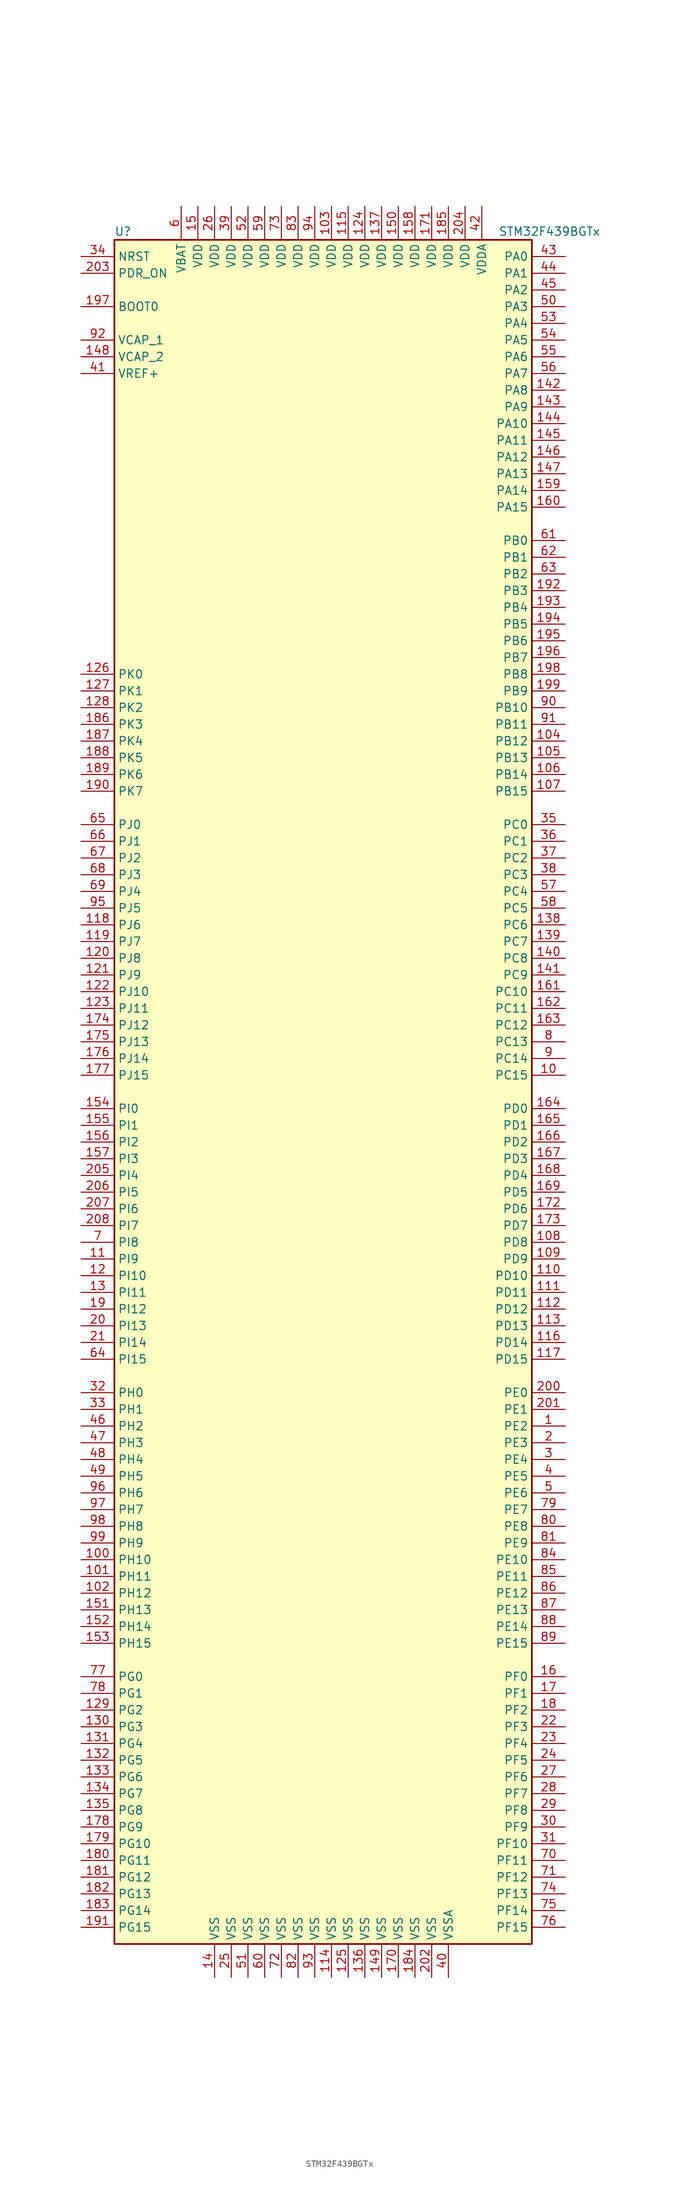
<source format=kicad_sym>
(kicad_symbol_lib
  (version 20220914)
  (generator kicad_symbol_editor)
  (symbol "STM32F439BGTx"
    (property "Reference" "U"
      (at -33.02 130.81 0)
      (effects (font (size 1.27 1.27)) (justify left)))
    (property "Value" "STM32F439BGTx"
      (at 25.4 130.81 0)
      (effects (font (size 1.27 1.27)) (justify left)))
    (symbol "STM32F439BGTx_0_1"
      (rectangle (start -33.02 -129.54) (end 30.48 129.54) (stroke (width 0.254) (type default)) (fill (type background))))
    (symbol "STM32F439BGTx_1_1"
      (pin bidirectional line (at 35.56 -50.8 180) (length 5.08) (name "PE2" (effects (font (size 1.27 1.27)))) (number "1" (effects (font (size 1.27 1.27)))))
      (pin bidirectional line (at 35.56 2.54 180) (length 5.08) (name "PC15" (effects (font (size 1.27 1.27)))) (number "10" (effects (font (size 1.27 1.27)))))
      (pin bidirectional line (at -38.1 -71.12 0) (length 5.08) (name "PH10" (effects (font (size 1.27 1.27)))) (number "100" (effects (font (size 1.27 1.27)))))
      (pin bidirectional line (at -38.1 -73.66 0) (length 5.08) (name "PH11" (effects (font (size 1.27 1.27)))) (number "101" (effects (font (size 1.27 1.27)))))
      (pin bidirectional line (at -38.1 -76.2 0) (length 5.08) (name "PH12" (effects (font (size 1.27 1.27)))) (number "102" (effects (font (size 1.27 1.27)))))
      (pin power_in line (at 0 134.62 270) (length 5.08) (name "VDD" (effects (font (size 1.27 1.27)))) (number "103" (effects (font (size 1.27 1.27)))))
      (pin bidirectional line (at 35.56 53.34 180) (length 5.08) (name "PB12" (effects (font (size 1.27 1.27)))) (number "104" (effects (font (size 1.27 1.27)))))
      (pin bidirectional line (at 35.56 50.8 180) (length 5.08) (name "PB13" (effects (font (size 1.27 1.27)))) (number "105" (effects (font (size 1.27 1.27)))))
      (pin bidirectional line (at 35.56 48.26 180) (length 5.08) (name "PB14" (effects (font (size 1.27 1.27)))) (number "106" (effects (font (size 1.27 1.27)))))
      (pin bidirectional line (at 35.56 45.72 180) (length 5.08) (name "PB15" (effects (font (size 1.27 1.27)))) (number "107" (effects (font (size 1.27 1.27)))))
      (pin bidirectional line (at 35.56 -22.86 180) (length 5.08) (name "PD8" (effects (font (size 1.27 1.27)))) (number "108" (effects (font (size 1.27 1.27)))))
      (pin bidirectional line (at 35.56 -25.4 180) (length 5.08) (name "PD9" (effects (font (size 1.27 1.27)))) (number "109" (effects (font (size 1.27 1.27)))))
      (pin bidirectional line (at -38.1 -25.4 0) (length 5.08) (name "PI9" (effects (font (size 1.27 1.27)))) (number "11" (effects (font (size 1.27 1.27)))))
      (pin bidirectional line (at 35.56 -27.94 180) (length 5.08) (name "PD10" (effects (font (size 1.27 1.27)))) (number "110" (effects (font (size 1.27 1.27)))))
      (pin bidirectional line (at 35.56 -30.48 180) (length 5.08) (name "PD11" (effects (font (size 1.27 1.27)))) (number "111" (effects (font (size 1.27 1.27)))))
      (pin bidirectional line (at 35.56 -33.02 180) (length 5.08) (name "PD12" (effects (font (size 1.27 1.27)))) (number "112" (effects (font (size 1.27 1.27)))))
      (pin bidirectional line (at 35.56 -35.56 180) (length 5.08) (name "PD13" (effects (font (size 1.27 1.27)))) (number "113" (effects (font (size 1.27 1.27)))))
      (pin power_in line (at 0 -134.62 90) (length 5.08) (name "VSS" (effects (font (size 1.27 1.27)))) (number "114" (effects (font (size 1.27 1.27)))))
      (pin power_in line (at 2.54 134.62 270) (length 5.08) (name "VDD" (effects (font (size 1.27 1.27)))) (number "115" (effects (font (size 1.27 1.27)))))
      (pin bidirectional line (at 35.56 -38.1 180) (length 5.08) (name "PD14" (effects (font (size 1.27 1.27)))) (number "116" (effects (font (size 1.27 1.27)))))
      (pin bidirectional line (at 35.56 -40.64 180) (length 5.08) (name "PD15" (effects (font (size 1.27 1.27)))) (number "117" (effects (font (size 1.27 1.27)))))
      (pin bidirectional line (at -38.1 25.4 0) (length 5.08) (name "PJ6" (effects (font (size 1.27 1.27)))) (number "118" (effects (font (size 1.27 1.27)))))
      (pin bidirectional line (at -38.1 22.86 0) (length 5.08) (name "PJ7" (effects (font (size 1.27 1.27)))) (number "119" (effects (font (size 1.27 1.27)))))
      (pin bidirectional line (at -38.1 -27.94 0) (length 5.08) (name "PI10" (effects (font (size 1.27 1.27)))) (number "12" (effects (font (size 1.27 1.27)))))
      (pin bidirectional line (at -38.1 20.32 0) (length 5.08) (name "PJ8" (effects (font (size 1.27 1.27)))) (number "120" (effects (font (size 1.27 1.27)))))
      (pin bidirectional line (at -38.1 17.78 0) (length 5.08) (name "PJ9" (effects (font (size 1.27 1.27)))) (number "121" (effects (font (size 1.27 1.27)))))
      (pin bidirectional line (at -38.1 15.24 0) (length 5.08) (name "PJ10" (effects (font (size 1.27 1.27)))) (number "122" (effects (font (size 1.27 1.27)))))
      (pin bidirectional line (at -38.1 12.7 0) (length 5.08) (name "PJ11" (effects (font (size 1.27 1.27)))) (number "123" (effects (font (size 1.27 1.27)))))
      (pin power_in line (at 5.08 134.62 270) (length 5.08) (name "VDD" (effects (font (size 1.27 1.27)))) (number "124" (effects (font (size 1.27 1.27)))))
      (pin power_in line (at 2.54 -134.62 90) (length 5.08) (name "VSS" (effects (font (size 1.27 1.27)))) (number "125" (effects (font (size 1.27 1.27)))))
      (pin bidirectional line (at -38.1 63.5 0) (length 5.08) (name "PK0" (effects (font (size 1.27 1.27)))) (number "126" (effects (font (size 1.27 1.27)))))
      (pin bidirectional line (at -38.1 60.96 0) (length 5.08) (name "PK1" (effects (font (size 1.27 1.27)))) (number "127" (effects (font (size 1.27 1.27)))))
      (pin bidirectional line (at -38.1 58.42 0) (length 5.08) (name "PK2" (effects (font (size 1.27 1.27)))) (number "128" (effects (font (size 1.27 1.27)))))
      (pin bidirectional line (at -38.1 -93.98 0) (length 5.08) (name "PG2" (effects (font (size 1.27 1.27)))) (number "129" (effects (font (size 1.27 1.27)))))
      (pin bidirectional line (at -38.1 -30.48 0) (length 5.08) (name "PI11" (effects (font (size 1.27 1.27)))) (number "13" (effects (font (size 1.27 1.27)))))
      (pin bidirectional line (at -38.1 -96.52 0) (length 5.08) (name "PG3" (effects (font (size 1.27 1.27)))) (number "130" (effects (font (size 1.27 1.27)))))
      (pin bidirectional line (at -38.1 -99.06 0) (length 5.08) (name "PG4" (effects (font (size 1.27 1.27)))) (number "131" (effects (font (size 1.27 1.27)))))
      (pin bidirectional line (at -38.1 -101.6 0) (length 5.08) (name "PG5" (effects (font (size 1.27 1.27)))) (number "132" (effects (font (size 1.27 1.27)))))
      (pin bidirectional line (at -38.1 -104.14 0) (length 5.08) (name "PG6" (effects (font (size 1.27 1.27)))) (number "133" (effects (font (size 1.27 1.27)))))
      (pin bidirectional line (at -38.1 -106.68 0) (length 5.08) (name "PG7" (effects (font (size 1.27 1.27)))) (number "134" (effects (font (size 1.27 1.27)))))
      (pin bidirectional line (at -38.1 -109.22 0) (length 5.08) (name "PG8" (effects (font (size 1.27 1.27)))) (number "135" (effects (font (size 1.27 1.27)))))
      (pin power_in line (at 5.08 -134.62 90) (length 5.08) (name "VSS" (effects (font (size 1.27 1.27)))) (number "136" (effects (font (size 1.27 1.27)))))
      (pin power_in line (at 7.62 134.62 270) (length 5.08) (name "VDD" (effects (font (size 1.27 1.27)))) (number "137" (effects (font (size 1.27 1.27)))))
      (pin bidirectional line (at 35.56 25.4 180) (length 5.08) (name "PC6" (effects (font (size 1.27 1.27)))) (number "138" (effects (font (size 1.27 1.27)))))
      (pin bidirectional line (at 35.56 22.86 180) (length 5.08) (name "PC7" (effects (font (size 1.27 1.27)))) (number "139" (effects (font (size 1.27 1.27)))))
      (pin power_in line (at -17.78 -134.62 90) (length 5.08) (name "VSS" (effects (font (size 1.27 1.27)))) (number "14" (effects (font (size 1.27 1.27)))))
      (pin bidirectional line (at 35.56 20.32 180) (length 5.08) (name "PC8" (effects (font (size 1.27 1.27)))) (number "140" (effects (font (size 1.27 1.27)))))
      (pin bidirectional line (at 35.56 17.78 180) (length 5.08) (name "PC9" (effects (font (size 1.27 1.27)))) (number "141" (effects (font (size 1.27 1.27)))))
      (pin bidirectional line (at 35.56 106.68 180) (length 5.08) (name "PA8" (effects (font (size 1.27 1.27)))) (number "142" (effects (font (size 1.27 1.27)))))
      (pin bidirectional line (at 35.56 104.14 180) (length 5.08) (name "PA9" (effects (font (size 1.27 1.27)))) (number "143" (effects (font (size 1.27 1.27)))))
      (pin bidirectional line (at 35.56 101.6 180) (length 5.08) (name "PA10" (effects (font (size 1.27 1.27)))) (number "144" (effects (font (size 1.27 1.27)))))
      (pin bidirectional line (at 35.56 99.06 180) (length 5.08) (name "PA11" (effects (font (size 1.27 1.27)))) (number "145" (effects (font (size 1.27 1.27)))))
      (pin bidirectional line (at 35.56 96.52 180) (length 5.08) (name "PA12" (effects (font (size 1.27 1.27)))) (number "146" (effects (font (size 1.27 1.27)))))
      (pin bidirectional line (at 35.56 93.98 180) (length 5.08) (name "PA13" (effects (font (size 1.27 1.27)))) (number "147" (effects (font (size 1.27 1.27)))))
      (pin power_in line (at -38.1 111.76 0) (length 5.08) (name "VCAP_2" (effects (font (size 1.27 1.27)))) (number "148" (effects (font (size 1.27 1.27)))))
      (pin power_in line (at 7.62 -134.62 90) (length 5.08) (name "VSS" (effects (font (size 1.27 1.27)))) (number "149" (effects (font (size 1.27 1.27)))))
      (pin power_in line (at -20.32 134.62 270) (length 5.08) (name "VDD" (effects (font (size 1.27 1.27)))) (number "15" (effects (font (size 1.27 1.27)))))
      (pin power_in line (at 10.16 134.62 270) (length 5.08) (name "VDD" (effects (font (size 1.27 1.27)))) (number "150" (effects (font (size 1.27 1.27)))))
      (pin bidirectional line (at -38.1 -78.74 0) (length 5.08) (name "PH13" (effects (font (size 1.27 1.27)))) (number "151" (effects (font (size 1.27 1.27)))))
      (pin bidirectional line (at -38.1 -81.28 0) (length 5.08) (name "PH14" (effects (font (size 1.27 1.27)))) (number "152" (effects (font (size 1.27 1.27)))))
      (pin bidirectional line (at -38.1 -83.82 0) (length 5.08) (name "PH15" (effects (font (size 1.27 1.27)))) (number "153" (effects (font (size 1.27 1.27)))))
      (pin bidirectional line (at -38.1 -2.54 0) (length 5.08) (name "PI0" (effects (font (size 1.27 1.27)))) (number "154" (effects (font (size 1.27 1.27)))))
      (pin bidirectional line (at -38.1 -5.08 0) (length 5.08) (name "PI1" (effects (font (size 1.27 1.27)))) (number "155" (effects (font (size 1.27 1.27)))))
      (pin bidirectional line (at -38.1 -7.62 0) (length 5.08) (name "PI2" (effects (font (size 1.27 1.27)))) (number "156" (effects (font (size 1.27 1.27)))))
      (pin bidirectional line (at -38.1 -10.16 0) (length 5.08) (name "PI3" (effects (font (size 1.27 1.27)))) (number "157" (effects (font (size 1.27 1.27)))))
      (pin power_in line (at 12.7 134.62 270) (length 5.08) (name "VDD" (effects (font (size 1.27 1.27)))) (number "158" (effects (font (size 1.27 1.27)))))
      (pin bidirectional line (at 35.56 91.44 180) (length 5.08) (name "PA14" (effects (font (size 1.27 1.27)))) (number "159" (effects (font (size 1.27 1.27)))))
      (pin bidirectional line (at 35.56 -88.9 180) (length 5.08) (name "PF0" (effects (font (size 1.27 1.27)))) (number "16" (effects (font (size 1.27 1.27)))))
      (pin bidirectional line (at 35.56 88.9 180) (length 5.08) (name "PA15" (effects (font (size 1.27 1.27)))) (number "160" (effects (font (size 1.27 1.27)))))
      (pin bidirectional line (at 35.56 15.24 180) (length 5.08) (name "PC10" (effects (font (size 1.27 1.27)))) (number "161" (effects (font (size 1.27 1.27)))))
      (pin bidirectional line (at 35.56 12.7 180) (length 5.08) (name "PC11" (effects (font (size 1.27 1.27)))) (number "162" (effects (font (size 1.27 1.27)))))
      (pin bidirectional line (at 35.56 10.16 180) (length 5.08) (name "PC12" (effects (font (size 1.27 1.27)))) (number "163" (effects (font (size 1.27 1.27)))))
      (pin bidirectional line (at 35.56 -2.54 180) (length 5.08) (name "PD0" (effects (font (size 1.27 1.27)))) (number "164" (effects (font (size 1.27 1.27)))))
      (pin bidirectional line (at 35.56 -5.08 180) (length 5.08) (name "PD1" (effects (font (size 1.27 1.27)))) (number "165" (effects (font (size 1.27 1.27)))))
      (pin bidirectional line (at 35.56 -7.62 180) (length 5.08) (name "PD2" (effects (font (size 1.27 1.27)))) (number "166" (effects (font (size 1.27 1.27)))))
      (pin bidirectional line (at 35.56 -10.16 180) (length 5.08) (name "PD3" (effects (font (size 1.27 1.27)))) (number "167" (effects (font (size 1.27 1.27)))))
      (pin bidirectional line (at 35.56 -12.7 180) (length 5.08) (name "PD4" (effects (font (size 1.27 1.27)))) (number "168" (effects (font (size 1.27 1.27)))))
      (pin bidirectional line (at 35.56 -15.24 180) (length 5.08) (name "PD5" (effects (font (size 1.27 1.27)))) (number "169" (effects (font (size 1.27 1.27)))))
      (pin bidirectional line (at 35.56 -91.44 180) (length 5.08) (name "PF1" (effects (font (size 1.27 1.27)))) (number "17" (effects (font (size 1.27 1.27)))))
      (pin power_in line (at 10.16 -134.62 90) (length 5.08) (name "VSS" (effects (font (size 1.27 1.27)))) (number "170" (effects (font (size 1.27 1.27)))))
      (pin power_in line (at 15.24 134.62 270) (length 5.08) (name "VDD" (effects (font (size 1.27 1.27)))) (number "171" (effects (font (size 1.27 1.27)))))
      (pin bidirectional line (at 35.56 -17.78 180) (length 5.08) (name "PD6" (effects (font (size 1.27 1.27)))) (number "172" (effects (font (size 1.27 1.27)))))
      (pin bidirectional line (at 35.56 -20.32 180) (length 5.08) (name "PD7" (effects (font (size 1.27 1.27)))) (number "173" (effects (font (size 1.27 1.27)))))
      (pin bidirectional line (at -38.1 10.16 0) (length 5.08) (name "PJ12" (effects (font (size 1.27 1.27)))) (number "174" (effects (font (size 1.27 1.27)))))
      (pin bidirectional line (at -38.1 7.62 0) (length 5.08) (name "PJ13" (effects (font (size 1.27 1.27)))) (number "175" (effects (font (size 1.27 1.27)))))
      (pin bidirectional line (at -38.1 5.08 0) (length 5.08) (name "PJ14" (effects (font (size 1.27 1.27)))) (number "176" (effects (font (size 1.27 1.27)))))
      (pin bidirectional line (at -38.1 2.54 0) (length 5.08) (name "PJ15" (effects (font (size 1.27 1.27)))) (number "177" (effects (font (size 1.27 1.27)))))
      (pin bidirectional line (at -38.1 -111.76 0) (length 5.08) (name "PG9" (effects (font (size 1.27 1.27)))) (number "178" (effects (font (size 1.27 1.27)))))
      (pin bidirectional line (at -38.1 -114.3 0) (length 5.08) (name "PG10" (effects (font (size 1.27 1.27)))) (number "179" (effects (font (size 1.27 1.27)))))
      (pin bidirectional line (at 35.56 -93.98 180) (length 5.08) (name "PF2" (effects (font (size 1.27 1.27)))) (number "18" (effects (font (size 1.27 1.27)))))
      (pin bidirectional line (at -38.1 -116.84 0) (length 5.08) (name "PG11" (effects (font (size 1.27 1.27)))) (number "180" (effects (font (size 1.27 1.27)))))
      (pin bidirectional line (at -38.1 -119.38 0) (length 5.08) (name "PG12" (effects (font (size 1.27 1.27)))) (number "181" (effects (font (size 1.27 1.27)))))
      (pin bidirectional line (at -38.1 -121.92 0) (length 5.08) (name "PG13" (effects (font (size 1.27 1.27)))) (number "182" (effects (font (size 1.27 1.27)))))
      (pin bidirectional line (at -38.1 -124.46 0) (length 5.08) (name "PG14" (effects (font (size 1.27 1.27)))) (number "183" (effects (font (size 1.27 1.27)))))
      (pin power_in line (at 12.7 -134.62 90) (length 5.08) (name "VSS" (effects (font (size 1.27 1.27)))) (number "184" (effects (font (size 1.27 1.27)))))
      (pin power_in line (at 17.78 134.62 270) (length 5.08) (name "VDD" (effects (font (size 1.27 1.27)))) (number "185" (effects (font (size 1.27 1.27)))))
      (pin bidirectional line (at -38.1 55.88 0) (length 5.08) (name "PK3" (effects (font (size 1.27 1.27)))) (number "186" (effects (font (size 1.27 1.27)))))
      (pin bidirectional line (at -38.1 53.34 0) (length 5.08) (name "PK4" (effects (font (size 1.27 1.27)))) (number "187" (effects (font (size 1.27 1.27)))))
      (pin bidirectional line (at -38.1 50.8 0) (length 5.08) (name "PK5" (effects (font (size 1.27 1.27)))) (number "188" (effects (font (size 1.27 1.27)))))
      (pin bidirectional line (at -38.1 48.26 0) (length 5.08) (name "PK6" (effects (font (size 1.27 1.27)))) (number "189" (effects (font (size 1.27 1.27)))))
      (pin bidirectional line (at -38.1 -33.02 0) (length 5.08) (name "PI12" (effects (font (size 1.27 1.27)))) (number "19" (effects (font (size 1.27 1.27)))))
      (pin bidirectional line (at -38.1 45.72 0) (length 5.08) (name "PK7" (effects (font (size 1.27 1.27)))) (number "190" (effects (font (size 1.27 1.27)))))
      (pin bidirectional line (at -38.1 -127 0) (length 5.08) (name "PG15" (effects (font (size 1.27 1.27)))) (number "191" (effects (font (size 1.27 1.27)))))
      (pin bidirectional line (at 35.56 76.2 180) (length 5.08) (name "PB3" (effects (font (size 1.27 1.27)))) (number "192" (effects (font (size 1.27 1.27)))))
      (pin bidirectional line (at 35.56 73.66 180) (length 5.08) (name "PB4" (effects (font (size 1.27 1.27)))) (number "193" (effects (font (size 1.27 1.27)))))
      (pin bidirectional line (at 35.56 71.12 180) (length 5.08) (name "PB5" (effects (font (size 1.27 1.27)))) (number "194" (effects (font (size 1.27 1.27)))))
      (pin bidirectional line (at 35.56 68.58 180) (length 5.08) (name "PB6" (effects (font (size 1.27 1.27)))) (number "195" (effects (font (size 1.27 1.27)))))
      (pin bidirectional line (at 35.56 66.04 180) (length 5.08) (name "PB7" (effects (font (size 1.27 1.27)))) (number "196" (effects (font (size 1.27 1.27)))))
      (pin input line (at -38.1 119.38 0) (length 5.08) (name "BOOT0" (effects (font (size 1.27 1.27)))) (number "197" (effects (font (size 1.27 1.27)))))
      (pin bidirectional line (at 35.56 63.5 180) (length 5.08) (name "PB8" (effects (font (size 1.27 1.27)))) (number "198" (effects (font (size 1.27 1.27)))))
      (pin bidirectional line (at 35.56 60.96 180) (length 5.08) (name "PB9" (effects (font (size 1.27 1.27)))) (number "199" (effects (font (size 1.27 1.27)))))
      (pin bidirectional line (at 35.56 -53.34 180) (length 5.08) (name "PE3" (effects (font (size 1.27 1.27)))) (number "2" (effects (font (size 1.27 1.27)))))
      (pin bidirectional line (at -38.1 -35.56 0) (length 5.08) (name "PI13" (effects (font (size 1.27 1.27)))) (number "20" (effects (font (size 1.27 1.27)))))
      (pin bidirectional line (at 35.56 -45.72 180) (length 5.08) (name "PE0" (effects (font (size 1.27 1.27)))) (number "200" (effects (font (size 1.27 1.27)))))
      (pin bidirectional line (at 35.56 -48.26 180) (length 5.08) (name "PE1" (effects (font (size 1.27 1.27)))) (number "201" (effects (font (size 1.27 1.27)))))
      (pin power_in line (at 15.24 -134.62 90) (length 5.08) (name "VSS" (effects (font (size 1.27 1.27)))) (number "202" (effects (font (size 1.27 1.27)))))
      (pin input line (at -38.1 124.46 0) (length 5.08) (name "PDR_ON" (effects (font (size 1.27 1.27)))) (number "203" (effects (font (size 1.27 1.27)))))
      (pin power_in line (at 20.32 134.62 270) (length 5.08) (name "VDD" (effects (font (size 1.27 1.27)))) (number "204" (effects (font (size 1.27 1.27)))))
      (pin bidirectional line (at -38.1 -12.7 0) (length 5.08) (name "PI4" (effects (font (size 1.27 1.27)))) (number "205" (effects (font (size 1.27 1.27)))))
      (pin bidirectional line (at -38.1 -15.24 0) (length 5.08) (name "PI5" (effects (font (size 1.27 1.27)))) (number "206" (effects (font (size 1.27 1.27)))))
      (pin bidirectional line (at -38.1 -17.78 0) (length 5.08) (name "PI6" (effects (font (size 1.27 1.27)))) (number "207" (effects (font (size 1.27 1.27)))))
      (pin bidirectional line (at -38.1 -20.32 0) (length 5.08) (name "PI7" (effects (font (size 1.27 1.27)))) (number "208" (effects (font (size 1.27 1.27)))))
      (pin bidirectional line (at -38.1 -38.1 0) (length 5.08) (name "PI14" (effects (font (size 1.27 1.27)))) (number "21" (effects (font (size 1.27 1.27)))))
      (pin bidirectional line (at 35.56 -96.52 180) (length 5.08) (name "PF3" (effects (font (size 1.27 1.27)))) (number "22" (effects (font (size 1.27 1.27)))))
      (pin bidirectional line (at 35.56 -99.06 180) (length 5.08) (name "PF4" (effects (font (size 1.27 1.27)))) (number "23" (effects (font (size 1.27 1.27)))))
      (pin bidirectional line (at 35.56 -101.6 180) (length 5.08) (name "PF5" (effects (font (size 1.27 1.27)))) (number "24" (effects (font (size 1.27 1.27)))))
      (pin power_in line (at -15.24 -134.62 90) (length 5.08) (name "VSS" (effects (font (size 1.27 1.27)))) (number "25" (effects (font (size 1.27 1.27)))))
      (pin power_in line (at -17.78 134.62 270) (length 5.08) (name "VDD" (effects (font (size 1.27 1.27)))) (number "26" (effects (font (size 1.27 1.27)))))
      (pin bidirectional line (at 35.56 -104.14 180) (length 5.08) (name "PF6" (effects (font (size 1.27 1.27)))) (number "27" (effects (font (size 1.27 1.27)))))
      (pin bidirectional line (at 35.56 -106.68 180) (length 5.08) (name "PF7" (effects (font (size 1.27 1.27)))) (number "28" (effects (font (size 1.27 1.27)))))
      (pin bidirectional line (at 35.56 -109.22 180) (length 5.08) (name "PF8" (effects (font (size 1.27 1.27)))) (number "29" (effects (font (size 1.27 1.27)))))
      (pin bidirectional line (at 35.56 -55.88 180) (length 5.08) (name "PE4" (effects (font (size 1.27 1.27)))) (number "3" (effects (font (size 1.27 1.27)))))
      (pin bidirectional line (at 35.56 -111.76 180) (length 5.08) (name "PF9" (effects (font (size 1.27 1.27)))) (number "30" (effects (font (size 1.27 1.27)))))
      (pin bidirectional line (at 35.56 -114.3 180) (length 5.08) (name "PF10" (effects (font (size 1.27 1.27)))) (number "31" (effects (font (size 1.27 1.27)))))
      (pin input line (at -38.1 -45.72 0) (length 5.08) (name "PH0" (effects (font (size 1.27 1.27)))) (number "32" (effects (font (size 1.27 1.27)))))
      (pin input line (at -38.1 -48.26 0) (length 5.08) (name "PH1" (effects (font (size 1.27 1.27)))) (number "33" (effects (font (size 1.27 1.27)))))
      (pin input line (at -38.1 127 0) (length 5.08) (name "NRST" (effects (font (size 1.27 1.27)))) (number "34" (effects (font (size 1.27 1.27)))))
      (pin bidirectional line (at 35.56 40.64 180) (length 5.08) (name "PC0" (effects (font (size 1.27 1.27)))) (number "35" (effects (font (size 1.27 1.27)))))
      (pin bidirectional line (at 35.56 38.1 180) (length 5.08) (name "PC1" (effects (font (size 1.27 1.27)))) (number "36" (effects (font (size 1.27 1.27)))))
      (pin bidirectional line (at 35.56 35.56 180) (length 5.08) (name "PC2" (effects (font (size 1.27 1.27)))) (number "37" (effects (font (size 1.27 1.27)))))
      (pin bidirectional line (at 35.56 33.02 180) (length 5.08) (name "PC3" (effects (font (size 1.27 1.27)))) (number "38" (effects (font (size 1.27 1.27)))))
      (pin power_in line (at -15.24 134.62 270) (length 5.08) (name "VDD" (effects (font (size 1.27 1.27)))) (number "39" (effects (font (size 1.27 1.27)))))
      (pin bidirectional line (at 35.56 -58.42 180) (length 5.08) (name "PE5" (effects (font (size 1.27 1.27)))) (number "4" (effects (font (size 1.27 1.27)))))
      (pin power_in line (at 17.78 -134.62 90) (length 5.08) (name "VSSA" (effects (font (size 1.27 1.27)))) (number "40" (effects (font (size 1.27 1.27)))))
      (pin power_in line (at -38.1 109.22 0) (length 5.08) (name "VREF+" (effects (font (size 1.27 1.27)))) (number "41" (effects (font (size 1.27 1.27)))))
      (pin power_in line (at 22.86 134.62 270) (length 5.08) (name "VDDA" (effects (font (size 1.27 1.27)))) (number "42" (effects (font (size 1.27 1.27)))))
      (pin bidirectional line (at 35.56 127 180) (length 5.08) (name "PA0" (effects (font (size 1.27 1.27)))) (number "43" (effects (font (size 1.27 1.27)))))
      (pin bidirectional line (at 35.56 124.46 180) (length 5.08) (name "PA1" (effects (font (size 1.27 1.27)))) (number "44" (effects (font (size 1.27 1.27)))))
      (pin bidirectional line (at 35.56 121.92 180) (length 5.08) (name "PA2" (effects (font (size 1.27 1.27)))) (number "45" (effects (font (size 1.27 1.27)))))
      (pin bidirectional line (at -38.1 -50.8 0) (length 5.08) (name "PH2" (effects (font (size 1.27 1.27)))) (number "46" (effects (font (size 1.27 1.27)))))
      (pin bidirectional line (at -38.1 -53.34 0) (length 5.08) (name "PH3" (effects (font (size 1.27 1.27)))) (number "47" (effects (font (size 1.27 1.27)))))
      (pin bidirectional line (at -38.1 -55.88 0) (length 5.08) (name "PH4" (effects (font (size 1.27 1.27)))) (number "48" (effects (font (size 1.27 1.27)))))
      (pin bidirectional line (at -38.1 -58.42 0) (length 5.08) (name "PH5" (effects (font (size 1.27 1.27)))) (number "49" (effects (font (size 1.27 1.27)))))
      (pin bidirectional line (at 35.56 -60.96 180) (length 5.08) (name "PE6" (effects (font (size 1.27 1.27)))) (number "5" (effects (font (size 1.27 1.27)))))
      (pin bidirectional line (at 35.56 119.38 180) (length 5.08) (name "PA3" (effects (font (size 1.27 1.27)))) (number "50" (effects (font (size 1.27 1.27)))))
      (pin power_in line (at -12.7 -134.62 90) (length 5.08) (name "VSS" (effects (font (size 1.27 1.27)))) (number "51" (effects (font (size 1.27 1.27)))))
      (pin power_in line (at -12.7 134.62 270) (length 5.08) (name "VDD" (effects (font (size 1.27 1.27)))) (number "52" (effects (font (size 1.27 1.27)))))
      (pin bidirectional line (at 35.56 116.84 180) (length 5.08) (name "PA4" (effects (font (size 1.27 1.27)))) (number "53" (effects (font (size 1.27 1.27)))))
      (pin bidirectional line (at 35.56 114.3 180) (length 5.08) (name "PA5" (effects (font (size 1.27 1.27)))) (number "54" (effects (font (size 1.27 1.27)))))
      (pin bidirectional line (at 35.56 111.76 180) (length 5.08) (name "PA6" (effects (font (size 1.27 1.27)))) (number "55" (effects (font (size 1.27 1.27)))))
      (pin bidirectional line (at 35.56 109.22 180) (length 5.08) (name "PA7" (effects (font (size 1.27 1.27)))) (number "56" (effects (font (size 1.27 1.27)))))
      (pin bidirectional line (at 35.56 30.48 180) (length 5.08) (name "PC4" (effects (font (size 1.27 1.27)))) (number "57" (effects (font (size 1.27 1.27)))))
      (pin bidirectional line (at 35.56 27.94 180) (length 5.08) (name "PC5" (effects (font (size 1.27 1.27)))) (number "58" (effects (font (size 1.27 1.27)))))
      (pin power_in line (at -10.16 134.62 270) (length 5.08) (name "VDD" (effects (font (size 1.27 1.27)))) (number "59" (effects (font (size 1.27 1.27)))))
      (pin power_in line (at -22.86 134.62 270) (length 5.08) (name "VBAT" (effects (font (size 1.27 1.27)))) (number "6" (effects (font (size 1.27 1.27)))))
      (pin power_in line (at -10.16 -134.62 90) (length 5.08) (name "VSS" (effects (font (size 1.27 1.27)))) (number "60" (effects (font (size 1.27 1.27)))))
      (pin bidirectional line (at 35.56 83.82 180) (length 5.08) (name "PB0" (effects (font (size 1.27 1.27)))) (number "61" (effects (font (size 1.27 1.27)))))
      (pin bidirectional line (at 35.56 81.28 180) (length 5.08) (name "PB1" (effects (font (size 1.27 1.27)))) (number "62" (effects (font (size 1.27 1.27)))))
      (pin bidirectional line (at 35.56 78.74 180) (length 5.08) (name "PB2" (effects (font (size 1.27 1.27)))) (number "63" (effects (font (size 1.27 1.27)))))
      (pin bidirectional line (at -38.1 -40.64 0) (length 5.08) (name "PI15" (effects (font (size 1.27 1.27)))) (number "64" (effects (font (size 1.27 1.27)))))
      (pin bidirectional line (at -38.1 40.64 0) (length 5.08) (name "PJ0" (effects (font (size 1.27 1.27)))) (number "65" (effects (font (size 1.27 1.27)))))
      (pin bidirectional line (at -38.1 38.1 0) (length 5.08) (name "PJ1" (effects (font (size 1.27 1.27)))) (number "66" (effects (font (size 1.27 1.27)))))
      (pin bidirectional line (at -38.1 35.56 0) (length 5.08) (name "PJ2" (effects (font (size 1.27 1.27)))) (number "67" (effects (font (size 1.27 1.27)))))
      (pin bidirectional line (at -38.1 33.02 0) (length 5.08) (name "PJ3" (effects (font (size 1.27 1.27)))) (number "68" (effects (font (size 1.27 1.27)))))
      (pin bidirectional line (at -38.1 30.48 0) (length 5.08) (name "PJ4" (effects (font (size 1.27 1.27)))) (number "69" (effects (font (size 1.27 1.27)))))
      (pin bidirectional line (at -38.1 -22.86 0) (length 5.08) (name "PI8" (effects (font (size 1.27 1.27)))) (number "7" (effects (font (size 1.27 1.27)))))
      (pin bidirectional line (at 35.56 -116.84 180) (length 5.08) (name "PF11" (effects (font (size 1.27 1.27)))) (number "70" (effects (font (size 1.27 1.27)))))
      (pin bidirectional line (at 35.56 -119.38 180) (length 5.08) (name "PF12" (effects (font (size 1.27 1.27)))) (number "71" (effects (font (size 1.27 1.27)))))
      (pin power_in line (at -7.62 -134.62 90) (length 5.08) (name "VSS" (effects (font (size 1.27 1.27)))) (number "72" (effects (font (size 1.27 1.27)))))
      (pin power_in line (at -7.62 134.62 270) (length 5.08) (name "VDD" (effects (font (size 1.27 1.27)))) (number "73" (effects (font (size 1.27 1.27)))))
      (pin bidirectional line (at 35.56 -121.92 180) (length 5.08) (name "PF13" (effects (font (size 1.27 1.27)))) (number "74" (effects (font (size 1.27 1.27)))))
      (pin bidirectional line (at 35.56 -124.46 180) (length 5.08) (name "PF14" (effects (font (size 1.27 1.27)))) (number "75" (effects (font (size 1.27 1.27)))))
      (pin bidirectional line (at 35.56 -127 180) (length 5.08) (name "PF15" (effects (font (size 1.27 1.27)))) (number "76" (effects (font (size 1.27 1.27)))))
      (pin bidirectional line (at -38.1 -88.9 0) (length 5.08) (name "PG0" (effects (font (size 1.27 1.27)))) (number "77" (effects (font (size 1.27 1.27)))))
      (pin bidirectional line (at -38.1 -91.44 0) (length 5.08) (name "PG1" (effects (font (size 1.27 1.27)))) (number "78" (effects (font (size 1.27 1.27)))))
      (pin bidirectional line (at 35.56 -63.5 180) (length 5.08) (name "PE7" (effects (font (size 1.27 1.27)))) (number "79" (effects (font (size 1.27 1.27)))))
      (pin bidirectional line (at 35.56 7.62 180) (length 5.08) (name "PC13" (effects (font (size 1.27 1.27)))) (number "8" (effects (font (size 1.27 1.27)))))
      (pin bidirectional line (at 35.56 -66.04 180) (length 5.08) (name "PE8" (effects (font (size 1.27 1.27)))) (number "80" (effects (font (size 1.27 1.27)))))
      (pin bidirectional line (at 35.56 -68.58 180) (length 5.08) (name "PE9" (effects (font (size 1.27 1.27)))) (number "81" (effects (font (size 1.27 1.27)))))
      (pin power_in line (at -5.08 -134.62 90) (length 5.08) (name "VSS" (effects (font (size 1.27 1.27)))) (number "82" (effects (font (size 1.27 1.27)))))
      (pin power_in line (at -5.08 134.62 270) (length 5.08) (name "VDD" (effects (font (size 1.27 1.27)))) (number "83" (effects (font (size 1.27 1.27)))))
      (pin bidirectional line (at 35.56 -71.12 180) (length 5.08) (name "PE10" (effects (font (size 1.27 1.27)))) (number "84" (effects (font (size 1.27 1.27)))))
      (pin bidirectional line (at 35.56 -73.66 180) (length 5.08) (name "PE11" (effects (font (size 1.27 1.27)))) (number "85" (effects (font (size 1.27 1.27)))))
      (pin bidirectional line (at 35.56 -76.2 180) (length 5.08) (name "PE12" (effects (font (size 1.27 1.27)))) (number "86" (effects (font (size 1.27 1.27)))))
      (pin bidirectional line (at 35.56 -78.74 180) (length 5.08) (name "PE13" (effects (font (size 1.27 1.27)))) (number "87" (effects (font (size 1.27 1.27)))))
      (pin bidirectional line (at 35.56 -81.28 180) (length 5.08) (name "PE14" (effects (font (size 1.27 1.27)))) (number "88" (effects (font (size 1.27 1.27)))))
      (pin bidirectional line (at 35.56 -83.82 180) (length 5.08) (name "PE15" (effects (font (size 1.27 1.27)))) (number "89" (effects (font (size 1.27 1.27)))))
      (pin bidirectional line (at 35.56 5.08 180) (length 5.08) (name "PC14" (effects (font (size 1.27 1.27)))) (number "9" (effects (font (size 1.27 1.27)))))
      (pin bidirectional line (at 35.56 58.42 180) (length 5.08) (name "PB10" (effects (font (size 1.27 1.27)))) (number "90" (effects (font (size 1.27 1.27)))))
      (pin bidirectional line (at 35.56 55.88 180) (length 5.08) (name "PB11" (effects (font (size 1.27 1.27)))) (number "91" (effects (font (size 1.27 1.27)))))
      (pin power_in line (at -38.1 114.3 0) (length 5.08) (name "VCAP_1" (effects (font (size 1.27 1.27)))) (number "92" (effects (font (size 1.27 1.27)))))
      (pin power_in line (at -2.54 -134.62 90) (length 5.08) (name "VSS" (effects (font (size 1.27 1.27)))) (number "93" (effects (font (size 1.27 1.27)))))
      (pin power_in line (at -2.54 134.62 270) (length 5.08) (name "VDD" (effects (font (size 1.27 1.27)))) (number "94" (effects (font (size 1.27 1.27)))))
      (pin bidirectional line (at -38.1 27.94 0) (length 5.08) (name "PJ5" (effects (font (size 1.27 1.27)))) (number "95" (effects (font (size 1.27 1.27)))))
      (pin bidirectional line (at -38.1 -60.96 0) (length 5.08) (name "PH6" (effects (font (size 1.27 1.27)))) (number "96" (effects (font (size 1.27 1.27)))))
      (pin bidirectional line (at -38.1 -63.5 0) (length 5.08) (name "PH7" (effects (font (size 1.27 1.27)))) (number "97" (effects (font (size 1.27 1.27)))))
      (pin bidirectional line (at -38.1 -66.04 0) (length 5.08) (name "PH8" (effects (font (size 1.27 1.27)))) (number "98" (effects (font (size 1.27 1.27)))))
      (pin bidirectional line (at -38.1 -68.58 0) (length 5.08) (name "PH9" (effects (font (size 1.27 1.27)))) (number "99" (effects (font (size 1.27 1.27))))))))
</source>
